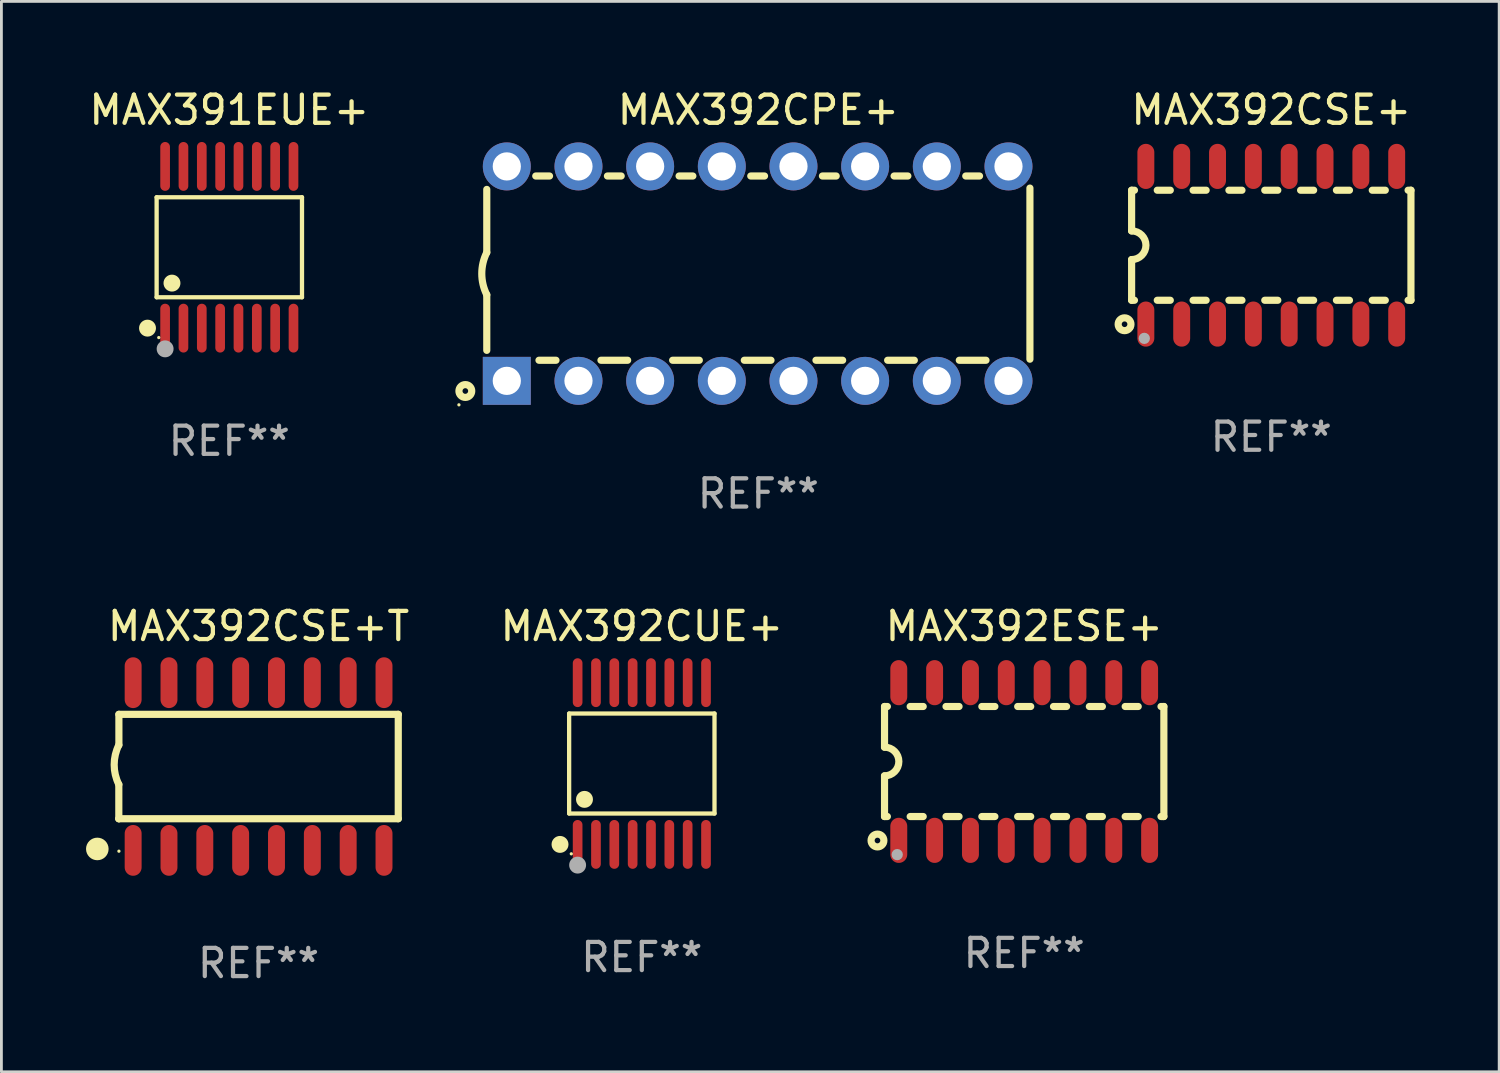
<source format=kicad_pcb>
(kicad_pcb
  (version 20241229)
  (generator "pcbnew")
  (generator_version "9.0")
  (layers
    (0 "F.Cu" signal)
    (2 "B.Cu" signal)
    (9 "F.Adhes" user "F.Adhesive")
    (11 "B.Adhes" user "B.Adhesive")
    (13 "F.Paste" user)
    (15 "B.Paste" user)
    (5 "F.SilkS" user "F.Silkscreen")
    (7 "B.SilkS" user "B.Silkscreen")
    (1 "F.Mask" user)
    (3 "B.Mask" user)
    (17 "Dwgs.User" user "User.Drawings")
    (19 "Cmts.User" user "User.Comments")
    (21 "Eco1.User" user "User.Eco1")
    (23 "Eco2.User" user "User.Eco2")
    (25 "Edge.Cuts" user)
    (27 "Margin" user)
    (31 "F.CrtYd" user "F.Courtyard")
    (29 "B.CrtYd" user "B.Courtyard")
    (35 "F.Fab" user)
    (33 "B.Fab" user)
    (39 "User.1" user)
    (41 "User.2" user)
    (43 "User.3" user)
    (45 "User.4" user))
  (footprint "MAX392CPE+"
    (layer "F.Cu")
    (at 23.827 6.648)
    (property "Reference" "MAX392CPE+" (at 0 -5.8 0) (layer "F.SilkS") (effects (font (size 1 1) (thickness 0.15))))
    (attr through_hole)
    (fp_line (start -9.625 -0.75) (end -9.625 -2.985) (stroke (width 0.254) (type solid)) (layer "F.SilkS"))
    (fp_line (start -9.625 0.749) (end -9.625 2.719) (stroke (width 0.254) (type solid)) (layer "F.SilkS"))
    (fp_line (start -7.889 -3.46) (end -7.401 -3.46) (stroke (width 0.254) (type solid)) (layer "F.SilkS"))
    (fp_line (start -7.775 3.07) (end -7.172 3.07) (stroke (width 0.254) (type solid)) (layer "F.SilkS"))
    (fp_line (start -5.578 3.07) (end -4.632 3.07) (stroke (width 0.254) (type solid)) (layer "F.SilkS"))
    (fp_line (start -5.349 -3.46) (end -4.861 -3.46) (stroke (width 0.254) (type solid)) (layer "F.SilkS"))
    (fp_line (start -3.038 3.07) (end -2.092 3.07) (stroke (width 0.254) (type solid)) (layer "F.SilkS"))
    (fp_line (start -2.809 -3.46) (end -2.321 -3.46) (stroke (width 0.254) (type solid)) (layer "F.SilkS"))
    (fp_line (start -0.498 3.07) (end 0.448 3.07) (stroke (width 0.254) (type solid)) (layer "F.SilkS"))
    (fp_line (start -0.269 -3.46) (end 0.219 -3.46) (stroke (width 0.254) (type solid)) (layer "F.SilkS"))
    (fp_line (start 2.042 3.07) (end 2.988 3.07) (stroke (width 0.254) (type solid)) (layer "F.SilkS"))
    (fp_line (start 2.271 -3.46) (end 2.759 -3.46) (stroke (width 0.254) (type solid)) (layer "F.SilkS"))
    (fp_line (start 4.582 3.07) (end 5.528 3.07) (stroke (width 0.254) (type solid)) (layer "F.SilkS"))
    (fp_line (start 4.811 -3.46) (end 5.299 -3.46) (stroke (width 0.254) (type solid)) (layer "F.SilkS"))
    (fp_line (start 7.122 3.07) (end 8.068 3.07) (stroke (width 0.254) (type solid)) (layer "F.SilkS"))
    (fp_line (start 7.351 -3.46) (end 7.839 -3.46) (stroke (width 0.254) (type solid)) (layer "F.SilkS"))
    (fp_line (start 9.625 3.032) (end 9.625 -3.032) (stroke (width 0.254) (type solid)) (layer "F.SilkS"))
    (fp_arc (start -9.62498 0.748819) (mid -9.801899 -0.000581) (end -9.625006 -0.749987) (stroke (width 0.254001) (type solid)) (layer "F.SilkS"))
    (fp_circle (center -10.612 4.65) (end -10.582 4.65) (stroke (width 0.06) (type solid)) (fill no) (layer "F.SilkS"))
    (fp_circle (center -10.385 4.16) (end -10.285 4.16) (stroke (width 0.254) (type solid)) (fill no) (layer "F.SilkS"))
    (fp_text user "REF**" (at 0 7.8 0) (layer "F.Fab") (effects (font (size 1 1) (thickness 0.15))))
    (pad "1" thru_hole rect (at -8.915 3.8 90) (size 1.7 1.7) (drill 1) (layers "*.Cu" "*.Mask"))
    (pad "2" thru_hole circle (at -6.375 3.8) (size 1.7 1.7) (drill 1) (layers "*.Cu" "*.Mask"))
    (pad "3" thru_hole circle (at -3.835 3.8) (size 1.7 1.7) (drill 1) (layers "*.Cu" "*.Mask"))
    (pad "4" thru_hole circle (at -1.295 3.8) (size 1.7 1.7) (drill 1) (layers "*.Cu" "*.Mask"))
    (pad "5" thru_hole circle (at 1.245 3.8) (size 1.7 1.7) (drill 1) (layers "*.Cu" "*.Mask"))
    (pad "6" thru_hole circle (at 3.785 3.8) (size 1.7 1.7) (drill 1) (layers "*.Cu" "*.Mask"))
    (pad "7" thru_hole circle (at 6.325 3.8) (size 1.7 1.7) (drill 1) (layers "*.Cu" "*.Mask"))
    (pad "8" thru_hole circle (at 8.865 3.8) (size 1.7 1.7) (drill 1) (layers "*.Cu" "*.Mask"))
    (pad "9" thru_hole circle (at 8.865 -3.8) (size 1.7 1.7) (drill 1) (layers "*.Cu" "*.Mask"))
    (pad "10" thru_hole circle (at 6.325 -3.8) (size 1.7 1.7) (drill 1) (layers "*.Cu" "*.Mask"))
    (pad "11" thru_hole circle (at 3.785 -3.8) (size 1.7 1.7) (drill 1) (layers "*.Cu" "*.Mask"))
    (pad "12" thru_hole circle (at 1.245 -3.8) (size 1.7 1.7) (drill 1) (layers "*.Cu" "*.Mask"))
    (pad "13" thru_hole circle (at -1.295 -3.8) (size 1.7 1.7) (drill 1) (layers "*.Cu" "*.Mask"))
    (pad "14" thru_hole circle (at -3.835 -3.8) (size 1.7 1.7) (drill 1) (layers "*.Cu" "*.Mask"))
    (pad "15" thru_hole circle (at -6.375 -3.8) (size 1.7 1.7) (drill 1) (layers "*.Cu" "*.Mask"))
    (pad "16" thru_hole circle (at -8.915 -3.8) (size 1.7 1.7) (drill 1) (layers "*.Cu" "*.Mask")))
  (footprint "MAX392CSE+T"
    (layer "F.Cu")
    (at 6.113 24.117)
    (property "Reference" "MAX392CSE+T" (at 0 -4.972 0) (layer "F.SilkS") (effects (font (size 1 1) (thickness 0.15))))
    (attr through_hole)
    (fp_line (start -4.952 0.635) (end -4.952 1.85) (stroke (width 0.254) (type solid)) (layer "F.SilkS"))
    (fp_line (start -4.952 1.85) (end -4.949 1.85) (stroke (width 0.254) (type solid)) (layer "F.SilkS"))
    (fp_line (start -4.949 -1.85) (end -4.949 -0.762) (stroke (width 0.254) (type solid)) (layer "F.SilkS"))
    (fp_line (start -4.949 1.85) (end 4.952 1.85) (stroke (width 0.254) (type solid)) (layer "F.SilkS"))
    (fp_line (start 4.952 -1.85) (end -4.949 -1.85) (stroke (width 0.254) (type solid)) (layer "F.SilkS"))
    (fp_line (start 4.952 1.85) (end 4.952 -1.85) (stroke (width 0.254) (type solid)) (layer "F.SilkS"))
    (fp_arc (start -4.951512 0.635) (mid -5.116405 -0.063501) (end -4.951511 -0.762002) (stroke (width 0.254001) (type solid)) (layer "F.SilkS"))
    (fp_circle (center -5.714 2.921) (end -5.514 2.921) (stroke (width 0.4) (type solid)) (fill no) (layer "F.SilkS"))
    (fp_circle (center -4.948 3) (end -4.918 3) (stroke (width 0.06) (type solid)) (fill no) (layer "F.SilkS"))
    (fp_text user "REF**" (at 0 6.972 0) (layer "F.Fab") (effects (font (size 1 1) (thickness 0.15))))
    (pad "1" smd oval (at -4.444 2.972 180) (size 0.6 1.8) (layers "F.Cu" "F.Mask" "F.Paste"))
    (pad "2" smd oval (at -3.174 2.972 180) (size 0.6 1.8) (layers "F.Cu" "F.Mask" "F.Paste"))
    (pad "3" smd oval (at -1.904 2.972 180) (size 0.6 1.8) (layers "F.Cu" "F.Mask" "F.Paste"))
    (pad "4" smd oval (at -0.634 2.972 180) (size 0.6 1.8) (layers "F.Cu" "F.Mask" "F.Paste"))
    (pad "5" smd oval (at 0.636 2.972 180) (size 0.6 1.8) (layers "F.Cu" "F.Mask" "F.Paste"))
    (pad "6" smd oval (at 1.907 2.972 180) (size 0.6 1.8) (layers "F.Cu" "F.Mask" "F.Paste"))
    (pad "7" smd oval (at 3.177 2.972 180) (size 0.6 1.8) (layers "F.Cu" "F.Mask" "F.Paste"))
    (pad "8" smd oval (at 4.447 2.972 180) (size 0.6 1.8) (layers "F.Cu" "F.Mask" "F.Paste"))
    (pad "9" smd oval (at 4.447 -2.972 180) (size 0.6 1.8) (layers "F.Cu" "F.Mask" "F.Paste"))
    (pad "10" smd oval (at 3.177 -2.972 180) (size 0.6 1.8) (layers "F.Cu" "F.Mask" "F.Paste"))
    (pad "11" smd oval (at 1.907 -2.972 180) (size 0.6 1.8) (layers "F.Cu" "F.Mask" "F.Paste"))
    (pad "12" smd oval (at 0.636 -2.972 180) (size 0.6 1.8) (layers "F.Cu" "F.Mask" "F.Paste"))
    (pad "13" smd oval (at -0.634 -2.972 180) (size 0.6 1.8) (layers "F.Cu" "F.Mask" "F.Paste"))
    (pad "14" smd oval (at -1.904 -2.972 180) (size 0.6 1.8) (layers "F.Cu" "F.Mask" "F.Paste"))
    (pad "15" smd oval (at -3.174 -2.972 180) (size 0.6 1.8) (layers "F.Cu" "F.Mask" "F.Paste"))
    (pad "16" smd oval (at -4.444 -2.972 180) (size 0.6 1.8) (layers "F.Cu" "F.Mask" "F.Paste")))
  (footprint "MAX392CSE+"
    (layer "F.Cu")
    (at 42.006 5.642)
    (property "Reference" "MAX392CSE+" (at 0 -4.794 0) (layer "F.SilkS") (effects (font (size 1 1) (thickness 0.15))))
    (attr through_hole)
    (fp_line (start -4.95 -1.95) (end -4.95 -0.508) (stroke (width 0.254) (type solid)) (layer "F.SilkS"))
    (fp_line (start -4.95 -1.95) (end -4.849 -1.95) (stroke (width 0.254) (type solid)) (layer "F.SilkS"))
    (fp_line (start -4.95 1.95) (end -4.95 0.508) (stroke (width 0.254) (type solid)) (layer "F.SilkS"))
    (fp_line (start -4.95 1.95) (end -4.849 1.95) (stroke (width 0.254) (type solid)) (layer "F.SilkS"))
    (fp_line (start -4.041 -1.95) (end -3.579 -1.95) (stroke (width 0.254) (type solid)) (layer "F.SilkS"))
    (fp_line (start -4.041 1.95) (end -3.579 1.95) (stroke (width 0.254) (type solid)) (layer "F.SilkS"))
    (fp_line (start -2.771 -1.95) (end -2.309 -1.95) (stroke (width 0.254) (type solid)) (layer "F.SilkS"))
    (fp_line (start -2.771 1.95) (end -2.309 1.95) (stroke (width 0.254) (type solid)) (layer "F.SilkS"))
    (fp_line (start -1.501 -1.95) (end -1.039 -1.95) (stroke (width 0.254) (type solid)) (layer "F.SilkS"))
    (fp_line (start -1.501 1.95) (end -1.039 1.95) (stroke (width 0.254) (type solid)) (layer "F.SilkS"))
    (fp_line (start -0.231 -1.95) (end 0.231 -1.95) (stroke (width 0.254) (type solid)) (layer "F.SilkS"))
    (fp_line (start -0.231 1.95) (end 0.231 1.95) (stroke (width 0.254) (type solid)) (layer "F.SilkS"))
    (fp_line (start 1.039 -1.95) (end 1.501 -1.95) (stroke (width 0.254) (type solid)) (layer "F.SilkS"))
    (fp_line (start 1.039 1.95) (end 1.501 1.95) (stroke (width 0.254) (type solid)) (layer "F.SilkS"))
    (fp_line (start 2.309 -1.95) (end 2.771 -1.95) (stroke (width 0.254) (type solid)) (layer "F.SilkS"))
    (fp_line (start 2.309 1.95) (end 2.771 1.95) (stroke (width 0.254) (type solid)) (layer "F.SilkS"))
    (fp_line (start 3.579 -1.95) (end 4.041 -1.95) (stroke (width 0.254) (type solid)) (layer "F.SilkS"))
    (fp_line (start 3.579 1.95) (end 4.041 1.95) (stroke (width 0.254) (type solid)) (layer "F.SilkS"))
    (fp_line (start 4.849 -1.95) (end 4.95 -1.95) (stroke (width 0.254) (type solid)) (layer "F.SilkS"))
    (fp_line (start 4.849 1.95) (end 4.95 1.95) (stroke (width 0.254) (type solid)) (layer "F.SilkS"))
    (fp_line (start 4.95 -1.95) (end 4.95 1.95) (stroke (width 0.254) (type solid)) (layer "F.SilkS"))
    (fp_arc (start -4.95047 -0.508001) (mid -4.442469 -0.000228) (end -4.950013 0.508001) (stroke (width 0.254001) (type solid)) (layer "F.SilkS"))
    (fp_circle (center -5.2 2.8) (end -5.1 2.8) (stroke (width 0.254) (type solid)) (fill no) (layer "F.SilkS"))
    (fp_circle (center -4.95 2.947) (end -4.92 2.947) (stroke (width 0.06) (type solid)) (fill no) (layer "F.SilkS"))
    (fp_circle (center -4.5 3.3) (end -4.4 3.3) (stroke (width 0.2) (type solid)) (fill no) (layer "F.Fab"))
    (fp_text user "REF**" (at 0 6.794 0) (layer "F.Fab") (effects (font (size 1 1) (thickness 0.15))))
    (pad "1" smd oval (at -4.445 2.794) (size 0.6 1.6) (layers "F.Cu" "F.Mask" "F.Paste"))
    (pad "2" smd oval (at -3.175 2.794) (size 0.6 1.6) (layers "F.Cu" "F.Mask" "F.Paste"))
    (pad "3" smd oval (at -1.905 2.794) (size 0.6 1.6) (layers "F.Cu" "F.Mask" "F.Paste"))
    (pad "4" smd oval (at -0.635 2.794) (size 0.6 1.6) (layers "F.Cu" "F.Mask" "F.Paste"))
    (pad "5" smd oval (at 0.635 2.794) (size 0.6 1.6) (layers "F.Cu" "F.Mask" "F.Paste"))
    (pad "6" smd oval (at 1.905 2.794) (size 0.6 1.6) (layers "F.Cu" "F.Mask" "F.Paste"))
    (pad "7" smd oval (at 3.175 2.794) (size 0.6 1.6) (layers "F.Cu" "F.Mask" "F.Paste"))
    (pad "8" smd oval (at 4.445 2.794) (size 0.6 1.6) (layers "F.Cu" "F.Mask" "F.Paste"))
    (pad "9" smd oval (at 4.445 -2.794) (size 0.6 1.6) (layers "F.Cu" "F.Mask" "F.Paste"))
    (pad "10" smd oval (at 3.175 -2.794) (size 0.6 1.6) (layers "F.Cu" "F.Mask" "F.Paste"))
    (pad "11" smd oval (at 1.905 -2.794) (size 0.6 1.6) (layers "F.Cu" "F.Mask" "F.Paste"))
    (pad "12" smd oval (at 0.635 -2.794) (size 0.6 1.6) (layers "F.Cu" "F.Mask" "F.Paste"))
    (pad "13" smd oval (at -0.635 -2.794) (size 0.6 1.6) (layers "F.Cu" "F.Mask" "F.Paste"))
    (pad "14" smd oval (at -1.905 -2.794) (size 0.6 1.6) (layers "F.Cu" "F.Mask" "F.Paste"))
    (pad "15" smd oval (at -3.175 -2.794) (size 0.6 1.6) (layers "F.Cu" "F.Mask" "F.Paste"))
    (pad "16" smd oval (at -4.445 -2.794) (size 0.6 1.6) (layers "F.Cu" "F.Mask" "F.Paste")))
  (footprint "MAX391EUE+"
    (layer "F.Cu")
    (at 5.077 5.714)
    (property "Reference" "MAX391EUE+" (at 0 -4.866 0) (layer "F.SilkS") (effects (font (size 1 1) (thickness 0.15))))
    (attr through_hole)
    (fp_line (start -2.576 -1.772) (end 2.576 -1.772) (stroke (width 0.152) (type solid)) (layer "F.SilkS"))
    (fp_line (start -2.576 1.771) (end -2.576 -1.772) (stroke (width 0.152) (type solid)) (layer "F.SilkS"))
    (fp_line (start 2.576 -1.772) (end 2.576 1.771) (stroke (width 0.152) (type solid)) (layer "F.SilkS"))
    (fp_line (start 2.576 1.771) (end -2.576 1.771) (stroke (width 0.152) (type solid)) (layer "F.SilkS"))
    (fp_circle (center -2.899 2.866) (end -2.749 2.866) (stroke (width 0.3) (type solid)) (fill no) (layer "F.SilkS"))
    (fp_circle (center -2.5 3.2) (end -2.47 3.2) (stroke (width 0.06) (type solid)) (fill no) (layer "F.SilkS"))
    (fp_circle (center -2.032 1.27) (end -1.882 1.27) (stroke (width 0.3) (type solid)) (fill no) (layer "F.SilkS"))
    (fp_circle (center -2.275 3.6) (end -2.125 3.6) (stroke (width 0.3) (type solid)) (fill no) (layer "F.Fab"))
    (fp_text user "REF**" (at 0 6.866 0) (layer "F.Fab") (effects (font (size 1 1) (thickness 0.15))))
    (pad "1" smd oval (at -2.275 2.866) (size 0.343 1.731) (layers "F.Cu" "F.Mask" "F.Paste"))
    (pad "2" smd oval (at -1.625 2.866) (size 0.343 1.731) (layers "F.Cu" "F.Mask" "F.Paste"))
    (pad "3" smd oval (at -0.975 2.866) (size 0.343 1.731) (layers "F.Cu" "F.Mask" "F.Paste"))
    (pad "4" smd oval (at -0.325 2.866) (size 0.343 1.731) (layers "F.Cu" "F.Mask" "F.Paste"))
    (pad "5" smd oval (at 0.325 2.866) (size 0.343 1.731) (layers "F.Cu" "F.Mask" "F.Paste"))
    (pad "6" smd oval (at 0.975 2.866) (size 0.343 1.731) (layers "F.Cu" "F.Mask" "F.Paste"))
    (pad "7" smd oval (at 1.625 2.866) (size 0.343 1.731) (layers "F.Cu" "F.Mask" "F.Paste"))
    (pad "8" smd oval (at 2.275 2.866) (size 0.343 1.731) (layers "F.Cu" "F.Mask" "F.Paste"))
    (pad "9" smd oval (at 2.275 -2.866) (size 0.343 1.731) (layers "F.Cu" "F.Mask" "F.Paste"))
    (pad "10" smd oval (at 1.625 -2.866) (size 0.343 1.731) (layers "F.Cu" "F.Mask" "F.Paste"))
    (pad "11" smd oval (at 0.975 -2.866) (size 0.343 1.731) (layers "F.Cu" "F.Mask" "F.Paste"))
    (pad "12" smd oval (at 0.325 -2.866) (size 0.343 1.731) (layers "F.Cu" "F.Mask" "F.Paste"))
    (pad "13" smd oval (at -0.325 -2.866) (size 0.343 1.731) (layers "F.Cu" "F.Mask" "F.Paste"))
    (pad "14" smd oval (at -0.975 -2.866) (size 0.343 1.731) (layers "F.Cu" "F.Mask" "F.Paste"))
    (pad "15" smd oval (at -1.625 -2.866) (size 0.343 1.731) (layers "F.Cu" "F.Mask" "F.Paste"))
    (pad "16" smd oval (at -2.275 -2.866) (size 0.343 1.731) (layers "F.Cu" "F.Mask" "F.Paste")))
  (footprint "MAX392ESE+"
    (layer "F.Cu")
    (at 33.249 23.939)
    (property "Reference" "MAX392ESE+" (at 0 -4.794 0) (layer "F.SilkS") (effects (font (size 1 1) (thickness 0.15))))
    (attr through_hole)
    (fp_line (start -4.95 -1.95) (end -4.95 -0.508) (stroke (width 0.254) (type solid)) (layer "F.SilkS"))
    (fp_line (start -4.95 -1.95) (end -4.849 -1.95) (stroke (width 0.254) (type solid)) (layer "F.SilkS"))
    (fp_line (start -4.95 1.95) (end -4.95 0.508) (stroke (width 0.254) (type solid)) (layer "F.SilkS"))
    (fp_line (start -4.95 1.95) (end -4.849 1.95) (stroke (width 0.254) (type solid)) (layer "F.SilkS"))
    (fp_line (start -4.041 -1.95) (end -3.579 -1.95) (stroke (width 0.254) (type solid)) (layer "F.SilkS"))
    (fp_line (start -4.041 1.95) (end -3.579 1.95) (stroke (width 0.254) (type solid)) (layer "F.SilkS"))
    (fp_line (start -2.771 -1.95) (end -2.309 -1.95) (stroke (width 0.254) (type solid)) (layer "F.SilkS"))
    (fp_line (start -2.771 1.95) (end -2.309 1.95) (stroke (width 0.254) (type solid)) (layer "F.SilkS"))
    (fp_line (start -1.501 -1.95) (end -1.039 -1.95) (stroke (width 0.254) (type solid)) (layer "F.SilkS"))
    (fp_line (start -1.501 1.95) (end -1.039 1.95) (stroke (width 0.254) (type solid)) (layer "F.SilkS"))
    (fp_line (start -0.231 -1.95) (end 0.231 -1.95) (stroke (width 0.254) (type solid)) (layer "F.SilkS"))
    (fp_line (start -0.231 1.95) (end 0.231 1.95) (stroke (width 0.254) (type solid)) (layer "F.SilkS"))
    (fp_line (start 1.039 -1.95) (end 1.501 -1.95) (stroke (width 0.254) (type solid)) (layer "F.SilkS"))
    (fp_line (start 1.039 1.95) (end 1.501 1.95) (stroke (width 0.254) (type solid)) (layer "F.SilkS"))
    (fp_line (start 2.309 -1.95) (end 2.771 -1.95) (stroke (width 0.254) (type solid)) (layer "F.SilkS"))
    (fp_line (start 2.309 1.95) (end 2.771 1.95) (stroke (width 0.254) (type solid)) (layer "F.SilkS"))
    (fp_line (start 3.579 -1.95) (end 4.041 -1.95) (stroke (width 0.254) (type solid)) (layer "F.SilkS"))
    (fp_line (start 3.579 1.95) (end 4.041 1.95) (stroke (width 0.254) (type solid)) (layer "F.SilkS"))
    (fp_line (start 4.849 -1.95) (end 4.95 -1.95) (stroke (width 0.254) (type solid)) (layer "F.SilkS"))
    (fp_line (start 4.849 1.95) (end 4.95 1.95) (stroke (width 0.254) (type solid)) (layer "F.SilkS"))
    (fp_line (start 4.95 -1.95) (end 4.95 1.95) (stroke (width 0.254) (type solid)) (layer "F.SilkS"))
    (fp_arc (start -4.95047 -0.508001) (mid -4.442469 -0.000228) (end -4.950013 0.508001) (stroke (width 0.254001) (type solid)) (layer "F.SilkS"))
    (fp_circle (center -5.2 2.8) (end -5.1 2.8) (stroke (width 0.254) (type solid)) (fill no) (layer "F.SilkS"))
    (fp_circle (center -4.95 2.947) (end -4.92 2.947) (stroke (width 0.06) (type solid)) (fill no) (layer "F.SilkS"))
    (fp_circle (center -4.5 3.3) (end -4.4 3.3) (stroke (width 0.2) (type solid)) (fill no) (layer "F.Fab"))
    (fp_text user "REF**" (at 0 6.794 0) (layer "F.Fab") (effects (font (size 1 1) (thickness 0.15))))
    (pad "1" smd oval (at -4.445 2.794) (size 0.6 1.6) (layers "F.Cu" "F.Mask" "F.Paste"))
    (pad "2" smd oval (at -3.175 2.794) (size 0.6 1.6) (layers "F.Cu" "F.Mask" "F.Paste"))
    (pad "3" smd oval (at -1.905 2.794) (size 0.6 1.6) (layers "F.Cu" "F.Mask" "F.Paste"))
    (pad "4" smd oval (at -0.635 2.794) (size 0.6 1.6) (layers "F.Cu" "F.Mask" "F.Paste"))
    (pad "5" smd oval (at 0.635 2.794) (size 0.6 1.6) (layers "F.Cu" "F.Mask" "F.Paste"))
    (pad "6" smd oval (at 1.905 2.794) (size 0.6 1.6) (layers "F.Cu" "F.Mask" "F.Paste"))
    (pad "7" smd oval (at 3.175 2.794) (size 0.6 1.6) (layers "F.Cu" "F.Mask" "F.Paste"))
    (pad "8" smd oval (at 4.445 2.794) (size 0.6 1.6) (layers "F.Cu" "F.Mask" "F.Paste"))
    (pad "9" smd oval (at 4.445 -2.794) (size 0.6 1.6) (layers "F.Cu" "F.Mask" "F.Paste"))
    (pad "10" smd oval (at 3.175 -2.794) (size 0.6 1.6) (layers "F.Cu" "F.Mask" "F.Paste"))
    (pad "11" smd oval (at 1.905 -2.794) (size 0.6 1.6) (layers "F.Cu" "F.Mask" "F.Paste"))
    (pad "12" smd oval (at 0.635 -2.794) (size 0.6 1.6) (layers "F.Cu" "F.Mask" "F.Paste"))
    (pad "13" smd oval (at -0.635 -2.794) (size 0.6 1.6) (layers "F.Cu" "F.Mask" "F.Paste"))
    (pad "14" smd oval (at -1.905 -2.794) (size 0.6 1.6) (layers "F.Cu" "F.Mask" "F.Paste"))
    (pad "15" smd oval (at -3.175 -2.794) (size 0.6 1.6) (layers "F.Cu" "F.Mask" "F.Paste"))
    (pad "16" smd oval (at -4.445 -2.794) (size 0.6 1.6) (layers "F.Cu" "F.Mask" "F.Paste")))
  (footprint "MAX392CUE+"
    (layer "F.Cu")
    (at 19.697 24.011)
    (property "Reference" "MAX392CUE+" (at 0 -4.866 0) (layer "F.SilkS") (effects (font (size 1 1) (thickness 0.15))))
    (attr through_hole)
    (fp_line (start -2.576 -1.772) (end 2.576 -1.772) (stroke (width 0.152) (type solid)) (layer "F.SilkS"))
    (fp_line (start -2.576 1.771) (end -2.576 -1.772) (stroke (width 0.152) (type solid)) (layer "F.SilkS"))
    (fp_line (start 2.576 -1.772) (end 2.576 1.771) (stroke (width 0.152) (type solid)) (layer "F.SilkS"))
    (fp_line (start 2.576 1.771) (end -2.576 1.771) (stroke (width 0.152) (type solid)) (layer "F.SilkS"))
    (fp_circle (center -2.899 2.866) (end -2.749 2.866) (stroke (width 0.3) (type solid)) (fill no) (layer "F.SilkS"))
    (fp_circle (center -2.5 3.2) (end -2.47 3.2) (stroke (width 0.06) (type solid)) (fill no) (layer "F.SilkS"))
    (fp_circle (center -2.032 1.27) (end -1.882 1.27) (stroke (width 0.3) (type solid)) (fill no) (layer "F.SilkS"))
    (fp_circle (center -2.275 3.6) (end -2.125 3.6) (stroke (width 0.3) (type solid)) (fill no) (layer "F.Fab"))
    (fp_text user "REF**" (at 0 6.866 0) (layer "F.Fab") (effects (font (size 1 1) (thickness 0.15))))
    (pad "1" smd oval (at -2.275 2.866) (size 0.343 1.731) (layers "F.Cu" "F.Mask" "F.Paste"))
    (pad "2" smd oval (at -1.625 2.866) (size 0.343 1.731) (layers "F.Cu" "F.Mask" "F.Paste"))
    (pad "3" smd oval (at -0.975 2.866) (size 0.343 1.731) (layers "F.Cu" "F.Mask" "F.Paste"))
    (pad "4" smd oval (at -0.325 2.866) (size 0.343 1.731) (layers "F.Cu" "F.Mask" "F.Paste"))
    (pad "5" smd oval (at 0.325 2.866) (size 0.343 1.731) (layers "F.Cu" "F.Mask" "F.Paste"))
    (pad "6" smd oval (at 0.975 2.866) (size 0.343 1.731) (layers "F.Cu" "F.Mask" "F.Paste"))
    (pad "7" smd oval (at 1.625 2.866) (size 0.343 1.731) (layers "F.Cu" "F.Mask" "F.Paste"))
    (pad "8" smd oval (at 2.275 2.866) (size 0.343 1.731) (layers "F.Cu" "F.Mask" "F.Paste"))
    (pad "9" smd oval (at 2.275 -2.866) (size 0.343 1.731) (layers "F.Cu" "F.Mask" "F.Paste"))
    (pad "10" smd oval (at 1.625 -2.866) (size 0.343 1.731) (layers "F.Cu" "F.Mask" "F.Paste"))
    (pad "11" smd oval (at 0.975 -2.866) (size 0.343 1.731) (layers "F.Cu" "F.Mask" "F.Paste"))
    (pad "12" smd oval (at 0.325 -2.866) (size 0.343 1.731) (layers "F.Cu" "F.Mask" "F.Paste"))
    (pad "13" smd oval (at -0.325 -2.866) (size 0.343 1.731) (layers "F.Cu" "F.Mask" "F.Paste"))
    (pad "14" smd oval (at -0.975 -2.866) (size 0.343 1.731) (layers "F.Cu" "F.Mask" "F.Paste"))
    (pad "15" smd oval (at -1.625 -2.866) (size 0.343 1.731) (layers "F.Cu" "F.Mask" "F.Paste"))
    (pad "16" smd oval (at -2.275 -2.866) (size 0.343 1.731) (layers "F.Cu" "F.Mask" "F.Paste")))
  (gr_rect
    (start -3 -3)
    (end 50.083 34.937)
    (stroke (width 0.1) (type default))
    (fill no)
    (layer "Edge.Cuts")))
</source>
